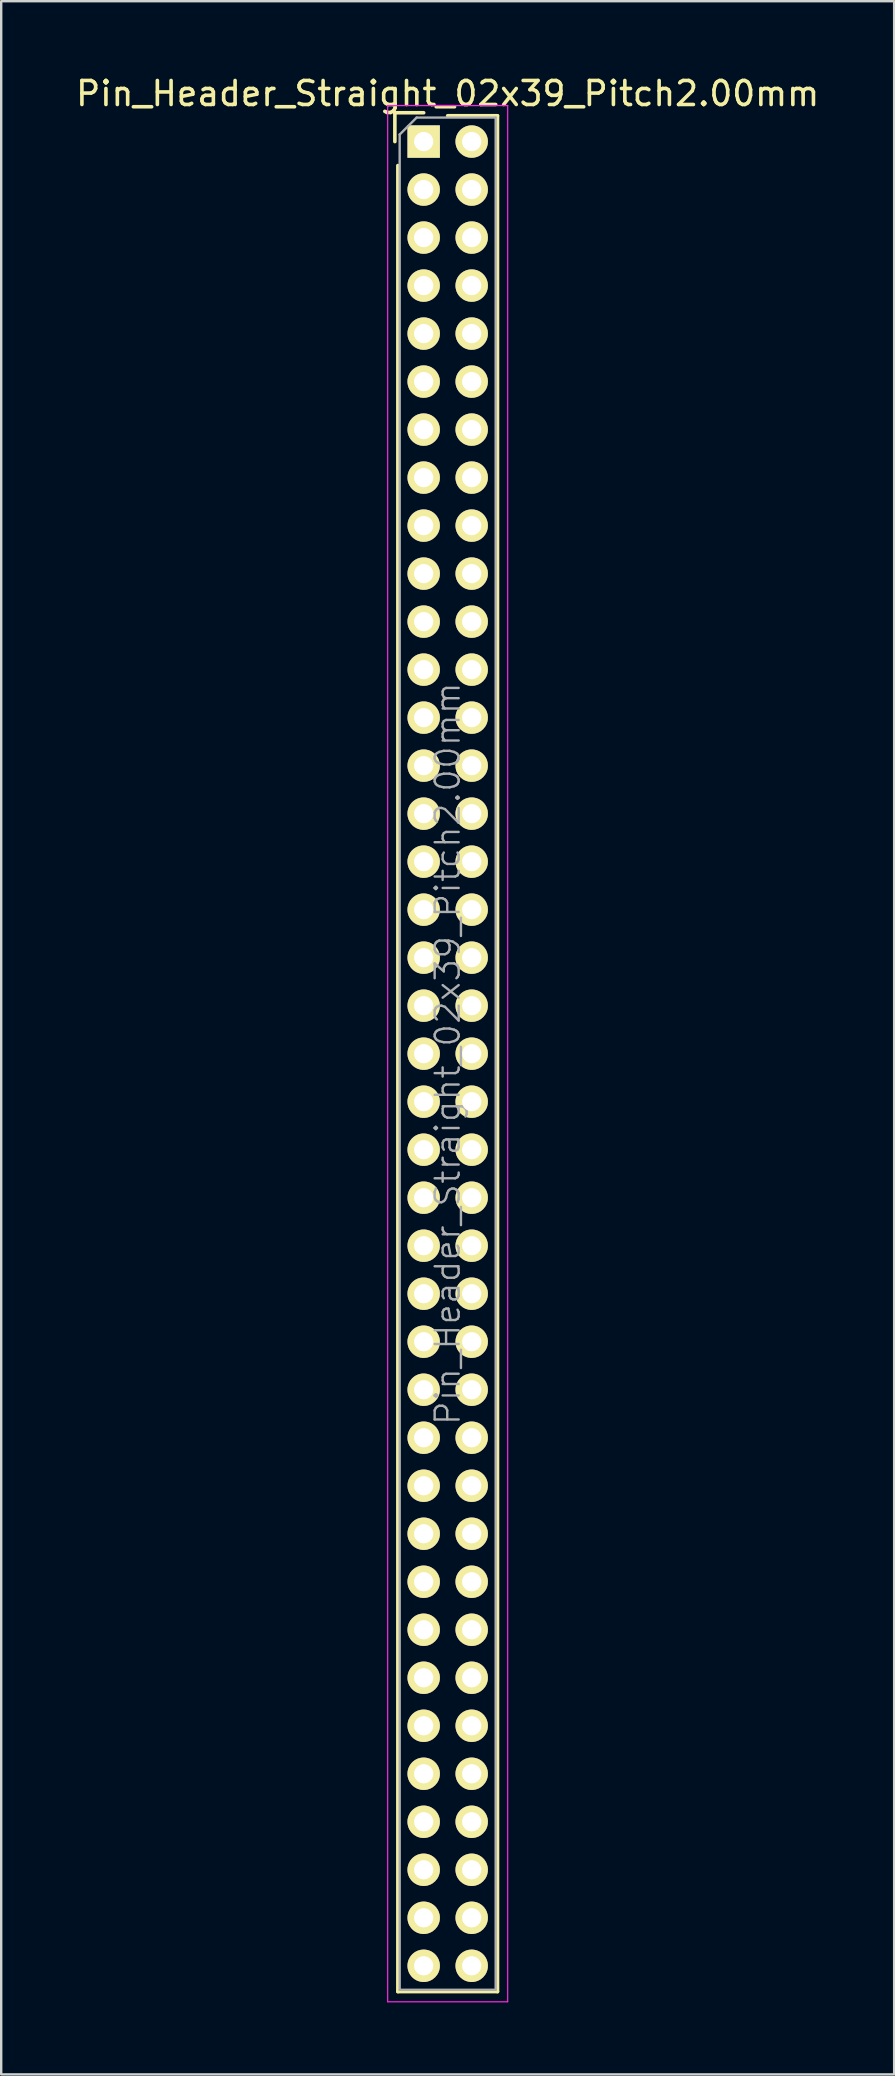
<source format=kicad_pcb>
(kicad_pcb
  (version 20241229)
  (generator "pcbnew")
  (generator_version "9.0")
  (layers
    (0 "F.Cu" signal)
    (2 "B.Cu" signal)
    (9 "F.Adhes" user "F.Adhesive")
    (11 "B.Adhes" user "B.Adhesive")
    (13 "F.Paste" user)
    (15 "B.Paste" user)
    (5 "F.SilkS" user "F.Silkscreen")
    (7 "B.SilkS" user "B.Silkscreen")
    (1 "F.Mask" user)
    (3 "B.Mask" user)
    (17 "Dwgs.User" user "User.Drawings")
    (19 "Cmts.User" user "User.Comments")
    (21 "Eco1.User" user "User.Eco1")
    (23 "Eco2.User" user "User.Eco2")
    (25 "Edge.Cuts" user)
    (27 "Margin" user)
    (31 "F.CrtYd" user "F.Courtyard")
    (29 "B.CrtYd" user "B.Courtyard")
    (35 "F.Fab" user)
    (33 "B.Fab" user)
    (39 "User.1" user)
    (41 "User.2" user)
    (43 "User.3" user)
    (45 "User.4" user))
  (footprint "Pin_Header_Straight_02x39_Pitch2.00mm"
    (layer "F.Cu")
    (at 14.601 2.848)
    (property "Reference" "Pin_Header_Straight_02x39_Pitch2.00mm" (at 1 -2 0) (layer "F.SilkS") (effects (font (size 1 1) (thickness 0.15))))
    (attr smd)
    (fp_line (start -1.2 -1.2) (end -1.2 0) (stroke (width 0.15) (type solid)) (layer "F.SilkS"))
    (fp_line (start -1.2 -1.2) (end 0 -1.2) (stroke (width 0.15) (type solid)) (layer "F.SilkS"))
    (fp_line (start -1.075 1) (end -1.075 77.075) (stroke (width 0.15) (type solid)) (layer "F.SilkS"))
    (fp_line (start -1.075 77.075) (end 3.075 77.075) (stroke (width 0.15) (type solid)) (layer "F.SilkS"))
    (fp_line (start 1 -1.075) (end 3.075 -1.075) (stroke (width 0.15) (type solid)) (layer "F.SilkS"))
    (fp_line (start 3.075 -1.075) (end 3.075 77.075) (stroke (width 0.15) (type solid)) (layer "F.SilkS"))
    (fp_line (start -1.5 -1.5) (end -1.5 77.5) (stroke (width 0.05) (type solid)) (layer "F.CrtYd"))
    (fp_line (start 3.5 -1.5) (end -1.5 -1.5) (stroke (width 0.05) (type solid)) (layer "F.CrtYd"))
    (fp_line (start 3.5 -1.5) (end 3.5 77.5) (stroke (width 0.05) (type solid)) (layer "F.CrtYd"))
    (fp_line (start 3.5 77.5) (end -1.5 77.5) (stroke (width 0.05) (type solid)) (layer "F.CrtYd"))
    (fp_line (start -1 -0.293) (end -0.293 -1) (stroke (width 0.1) (type solid)) (layer "F.Fab"))
    (fp_line (start -1 77) (end -1 -0.293) (stroke (width 0.1) (type solid)) (layer "F.Fab"))
    (fp_line (start 3 -1) (end -0.293 -1) (stroke (width 0.1) (type solid)) (layer "F.Fab"))
    (fp_line (start 3 77) (end -1 77) (stroke (width 0.1) (type solid)) (layer "F.Fab"))
    (fp_line (start 3 77) (end 3 -1) (stroke (width 0.1) (type solid)) (layer "F.Fab"))
    (fp_text user "${REFERENCE}" (at 1 38 90) (layer "F.Fab") (effects (font (size 1 1) (thickness 0.1))))
    (pad "1" thru_hole rect (at 0 0) (size 1.35 1.35) (drill 0.8) (layers "*.Cu" "*.Mask" "F.SilkS"))
    (pad "2" thru_hole oval (at 2 0) (size 1.35 1.35) (drill 0.8) (layers "*.Cu" "*.Mask" "F.SilkS"))
    (pad "3" thru_hole oval (at 0 2) (size 1.35 1.35) (drill 0.8) (layers "*.Cu" "*.Mask" "F.SilkS"))
    (pad "4" thru_hole oval (at 2 2) (size 1.35 1.35) (drill 0.8) (layers "*.Cu" "*.Mask" "F.SilkS"))
    (pad "5" thru_hole oval (at 0 4) (size 1.35 1.35) (drill 0.8) (layers "*.Cu" "*.Mask" "F.SilkS"))
    (pad "6" thru_hole oval (at 2 4) (size 1.35 1.35) (drill 0.8) (layers "*.Cu" "*.Mask" "F.SilkS"))
    (pad "7" thru_hole oval (at 0 6) (size 1.35 1.35) (drill 0.8) (layers "*.Cu" "*.Mask" "F.SilkS"))
    (pad "8" thru_hole oval (at 2 6) (size 1.35 1.35) (drill 0.8) (layers "*.Cu" "*.Mask" "F.SilkS"))
    (pad "9" thru_hole oval (at 0 8) (size 1.35 1.35) (drill 0.8) (layers "*.Cu" "*.Mask" "F.SilkS"))
    (pad "10" thru_hole oval (at 2 8) (size 1.35 1.35) (drill 0.8) (layers "*.Cu" "*.Mask" "F.SilkS"))
    (pad "11" thru_hole oval (at 0 10) (size 1.35 1.35) (drill 0.8) (layers "*.Cu" "*.Mask" "F.SilkS"))
    (pad "12" thru_hole oval (at 2 10) (size 1.35 1.35) (drill 0.8) (layers "*.Cu" "*.Mask" "F.SilkS"))
    (pad "13" thru_hole oval (at 0 12) (size 1.35 1.35) (drill 0.8) (layers "*.Cu" "*.Mask" "F.SilkS"))
    (pad "14" thru_hole oval (at 2 12) (size 1.35 1.35) (drill 0.8) (layers "*.Cu" "*.Mask" "F.SilkS"))
    (pad "15" thru_hole oval (at 0 14) (size 1.35 1.35) (drill 0.8) (layers "*.Cu" "*.Mask" "F.SilkS"))
    (pad "16" thru_hole oval (at 2 14) (size 1.35 1.35) (drill 0.8) (layers "*.Cu" "*.Mask" "F.SilkS"))
    (pad "17" thru_hole oval (at 0 16) (size 1.35 1.35) (drill 0.8) (layers "*.Cu" "*.Mask" "F.SilkS"))
    (pad "18" thru_hole oval (at 2 16) (size 1.35 1.35) (drill 0.8) (layers "*.Cu" "*.Mask" "F.SilkS"))
    (pad "19" thru_hole oval (at 0 18) (size 1.35 1.35) (drill 0.8) (layers "*.Cu" "*.Mask" "F.SilkS"))
    (pad "20" thru_hole oval (at 2 18) (size 1.35 1.35) (drill 0.8) (layers "*.Cu" "*.Mask" "F.SilkS"))
    (pad "21" thru_hole oval (at 0 20) (size 1.35 1.35) (drill 0.8) (layers "*.Cu" "*.Mask" "F.SilkS"))
    (pad "22" thru_hole oval (at 2 20) (size 1.35 1.35) (drill 0.8) (layers "*.Cu" "*.Mask" "F.SilkS"))
    (pad "23" thru_hole oval (at 0 22) (size 1.35 1.35) (drill 0.8) (layers "*.Cu" "*.Mask" "F.SilkS"))
    (pad "24" thru_hole oval (at 2 22) (size 1.35 1.35) (drill 0.8) (layers "*.Cu" "*.Mask" "F.SilkS"))
    (pad "25" thru_hole oval (at 0 24) (size 1.35 1.35) (drill 0.8) (layers "*.Cu" "*.Mask" "F.SilkS"))
    (pad "26" thru_hole oval (at 2 24) (size 1.35 1.35) (drill 0.8) (layers "*.Cu" "*.Mask" "F.SilkS"))
    (pad "27" thru_hole oval (at 0 26) (size 1.35 1.35) (drill 0.8) (layers "*.Cu" "*.Mask" "F.SilkS"))
    (pad "28" thru_hole oval (at 2 26) (size 1.35 1.35) (drill 0.8) (layers "*.Cu" "*.Mask" "F.SilkS"))
    (pad "29" thru_hole oval (at 0 28) (size 1.35 1.35) (drill 0.8) (layers "*.Cu" "*.Mask" "F.SilkS"))
    (pad "30" thru_hole oval (at 2 28) (size 1.35 1.35) (drill 0.8) (layers "*.Cu" "*.Mask" "F.SilkS"))
    (pad "31" thru_hole oval (at 0 30) (size 1.35 1.35) (drill 0.8) (layers "*.Cu" "*.Mask" "F.SilkS"))
    (pad "32" thru_hole oval (at 2 30) (size 1.35 1.35) (drill 0.8) (layers "*.Cu" "*.Mask" "F.SilkS"))
    (pad "33" thru_hole oval (at 0 32) (size 1.35 1.35) (drill 0.8) (layers "*.Cu" "*.Mask" "F.SilkS"))
    (pad "34" thru_hole oval (at 2 32) (size 1.35 1.35) (drill 0.8) (layers "*.Cu" "*.Mask" "F.SilkS"))
    (pad "35" thru_hole oval (at 0 34) (size 1.35 1.35) (drill 0.8) (layers "*.Cu" "*.Mask" "F.SilkS"))
    (pad "36" thru_hole oval (at 2 34) (size 1.35 1.35) (drill 0.8) (layers "*.Cu" "*.Mask" "F.SilkS"))
    (pad "37" thru_hole oval (at 0 36) (size 1.35 1.35) (drill 0.8) (layers "*.Cu" "*.Mask" "F.SilkS"))
    (pad "38" thru_hole oval (at 2 36) (size 1.35 1.35) (drill 0.8) (layers "*.Cu" "*.Mask" "F.SilkS"))
    (pad "39" thru_hole oval (at 0 38) (size 1.35 1.35) (drill 0.8) (layers "*.Cu" "*.Mask" "F.SilkS"))
    (pad "40" thru_hole oval (at 2 38) (size 1.35 1.35) (drill 0.8) (layers "*.Cu" "*.Mask" "F.SilkS"))
    (pad "41" thru_hole oval (at 0 40) (size 1.35 1.35) (drill 0.8) (layers "*.Cu" "*.Mask" "F.SilkS"))
    (pad "42" thru_hole oval (at 2 40) (size 1.35 1.35) (drill 0.8) (layers "*.Cu" "*.Mask" "F.SilkS"))
    (pad "43" thru_hole oval (at 0 42) (size 1.35 1.35) (drill 0.8) (layers "*.Cu" "*.Mask" "F.SilkS"))
    (pad "44" thru_hole oval (at 2 42) (size 1.35 1.35) (drill 0.8) (layers "*.Cu" "*.Mask" "F.SilkS"))
    (pad "45" thru_hole oval (at 0 44) (size 1.35 1.35) (drill 0.8) (layers "*.Cu" "*.Mask" "F.SilkS"))
    (pad "46" thru_hole oval (at 2 44) (size 1.35 1.35) (drill 0.8) (layers "*.Cu" "*.Mask" "F.SilkS"))
    (pad "47" thru_hole oval (at 0 46) (size 1.35 1.35) (drill 0.8) (layers "*.Cu" "*.Mask" "F.SilkS"))
    (pad "48" thru_hole oval (at 2 46) (size 1.35 1.35) (drill 0.8) (layers "*.Cu" "*.Mask" "F.SilkS"))
    (pad "49" thru_hole oval (at 0 48) (size 1.35 1.35) (drill 0.8) (layers "*.Cu" "*.Mask" "F.SilkS"))
    (pad "50" thru_hole oval (at 2 48) (size 1.35 1.35) (drill 0.8) (layers "*.Cu" "*.Mask" "F.SilkS"))
    (pad "51" thru_hole oval (at 0 50) (size 1.35 1.35) (drill 0.8) (layers "*.Cu" "*.Mask" "F.SilkS"))
    (pad "52" thru_hole oval (at 2 50) (size 1.35 1.35) (drill 0.8) (layers "*.Cu" "*.Mask" "F.SilkS"))
    (pad "53" thru_hole oval (at 0 52) (size 1.35 1.35) (drill 0.8) (layers "*.Cu" "*.Mask" "F.SilkS"))
    (pad "54" thru_hole oval (at 2 52) (size 1.35 1.35) (drill 0.8) (layers "*.Cu" "*.Mask" "F.SilkS"))
    (pad "55" thru_hole oval (at 0 54) (size 1.35 1.35) (drill 0.8) (layers "*.Cu" "*.Mask" "F.SilkS"))
    (pad "56" thru_hole oval (at 2 54) (size 1.35 1.35) (drill 0.8) (layers "*.Cu" "*.Mask" "F.SilkS"))
    (pad "57" thru_hole oval (at 0 56) (size 1.35 1.35) (drill 0.8) (layers "*.Cu" "*.Mask" "F.SilkS"))
    (pad "58" thru_hole oval (at 2 56) (size 1.35 1.35) (drill 0.8) (layers "*.Cu" "*.Mask" "F.SilkS"))
    (pad "59" thru_hole oval (at 0 58) (size 1.35 1.35) (drill 0.8) (layers "*.Cu" "*.Mask" "F.SilkS"))
    (pad "60" thru_hole oval (at 2 58) (size 1.35 1.35) (drill 0.8) (layers "*.Cu" "*.Mask" "F.SilkS"))
    (pad "61" thru_hole oval (at 0 60) (size 1.35 1.35) (drill 0.8) (layers "*.Cu" "*.Mask" "F.SilkS"))
    (pad "62" thru_hole oval (at 2 60) (size 1.35 1.35) (drill 0.8) (layers "*.Cu" "*.Mask" "F.SilkS"))
    (pad "63" thru_hole oval (at 0 62) (size 1.35 1.35) (drill 0.8) (layers "*.Cu" "*.Mask" "F.SilkS"))
    (pad "64" thru_hole oval (at 2 62) (size 1.35 1.35) (drill 0.8) (layers "*.Cu" "*.Mask" "F.SilkS"))
    (pad "65" thru_hole oval (at 0 64) (size 1.35 1.35) (drill 0.8) (layers "*.Cu" "*.Mask" "F.SilkS"))
    (pad "66" thru_hole oval (at 2 64) (size 1.35 1.35) (drill 0.8) (layers "*.Cu" "*.Mask" "F.SilkS"))
    (pad "67" thru_hole oval (at 0 66) (size 1.35 1.35) (drill 0.8) (layers "*.Cu" "*.Mask" "F.SilkS"))
    (pad "68" thru_hole oval (at 2 66) (size 1.35 1.35) (drill 0.8) (layers "*.Cu" "*.Mask" "F.SilkS"))
    (pad "69" thru_hole oval (at 0 68) (size 1.35 1.35) (drill 0.8) (layers "*.Cu" "*.Mask" "F.SilkS"))
    (pad "70" thru_hole oval (at 2 68) (size 1.35 1.35) (drill 0.8) (layers "*.Cu" "*.Mask" "F.SilkS"))
    (pad "71" thru_hole oval (at 0 70) (size 1.35 1.35) (drill 0.8) (layers "*.Cu" "*.Mask" "F.SilkS"))
    (pad "72" thru_hole oval (at 2 70) (size 1.35 1.35) (drill 0.8) (layers "*.Cu" "*.Mask" "F.SilkS"))
    (pad "73" thru_hole oval (at 0 72) (size 1.35 1.35) (drill 0.8) (layers "*.Cu" "*.Mask" "F.SilkS"))
    (pad "74" thru_hole oval (at 2 72) (size 1.35 1.35) (drill 0.8) (layers "*.Cu" "*.Mask" "F.SilkS"))
    (pad "75" thru_hole oval (at 0 74) (size 1.35 1.35) (drill 0.8) (layers "*.Cu" "*.Mask" "F.SilkS"))
    (pad "76" thru_hole oval (at 2 74) (size 1.35 1.35) (drill 0.8) (layers "*.Cu" "*.Mask" "F.SilkS"))
    (pad "77" thru_hole oval (at 0 76) (size 1.35 1.35) (drill 0.8) (layers "*.Cu" "*.Mask" "F.SilkS"))
    (pad "78" thru_hole oval (at 2 76) (size 1.35 1.35) (drill 0.8) (layers "*.Cu" "*.Mask" "F.SilkS")))
  (gr_rect
    (start -3 -3)
    (end 34.202 83.373)
    (stroke (width 0.1) (type default))
    (fill no)
    (layer "Edge.Cuts")))
</source>
